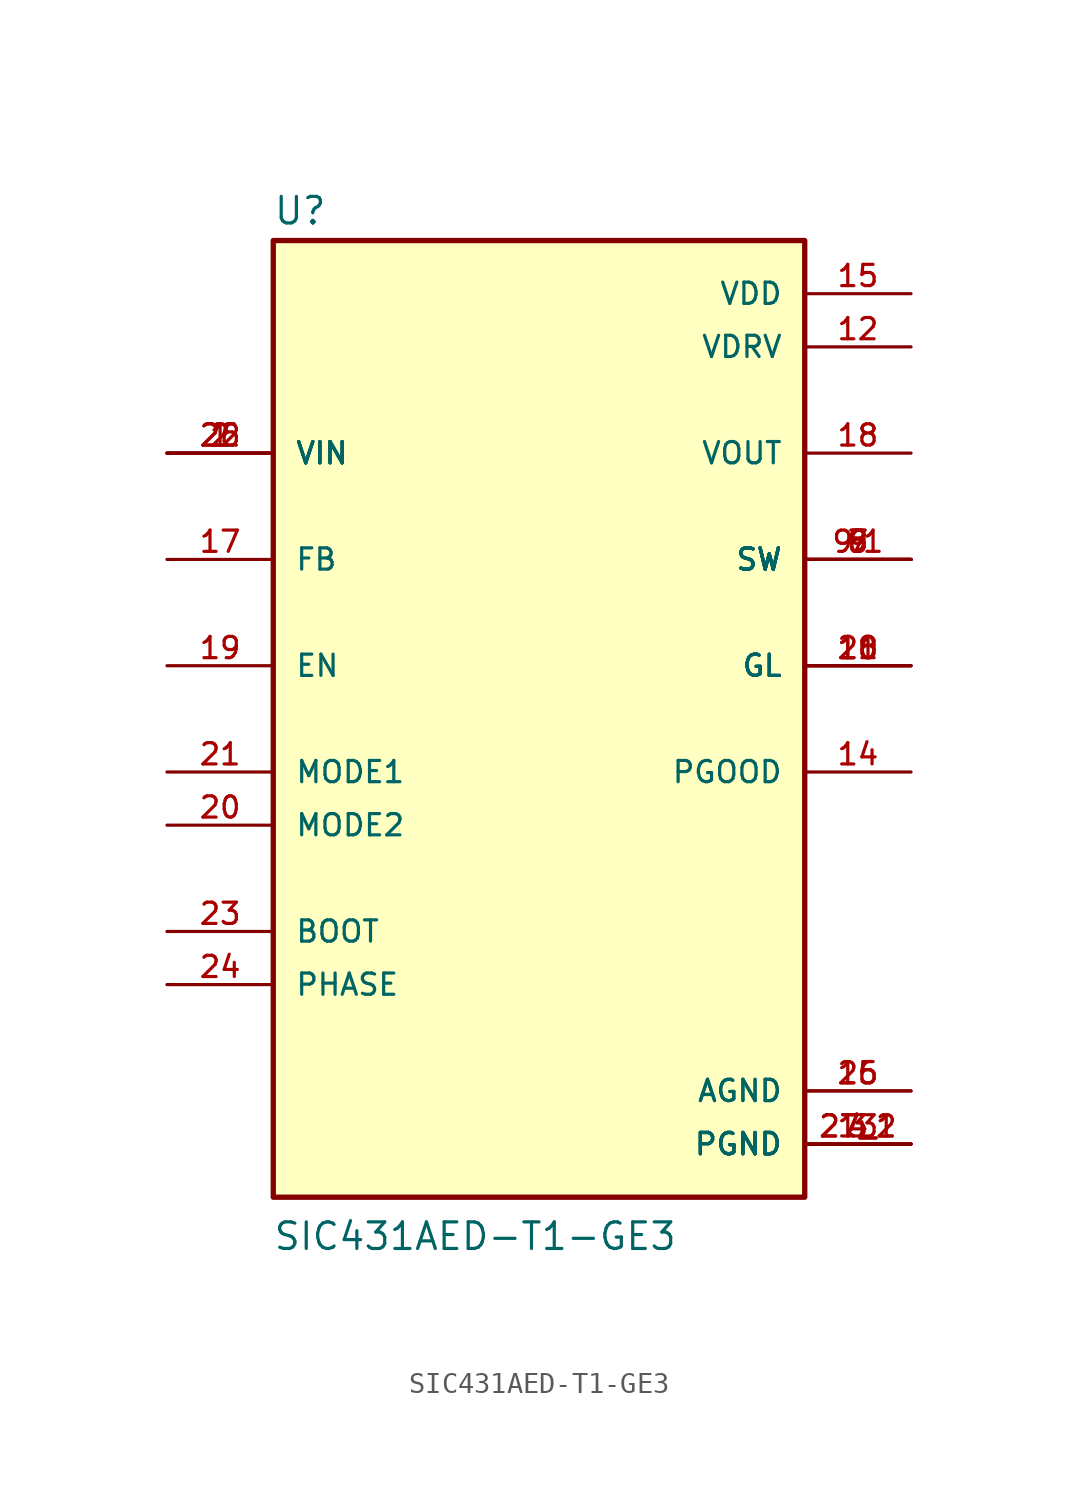
<source format=kicad_sym>
(kicad_symbol_lib
  (version 20211014)
  (generator kicad_symbol_editor)
  (symbol "SIC431AED-T1-GE3"
    (pin_names
      (offset 1.016))
    (property "Reference" "U"
      (at -12.723 23.538 0)
      (effects (font (size 1.27 1.27)) (justify bottom left)))
    (property "Value" "SIC431AED-T1-GE3"
      (at -12.736 -25.473 0)
      (effects (font (size 1.27 1.27)) (justify bottom left)))
    (symbol "SIC431AED-T1-GE3_0_0"
      (rectangle (start -12.7 -22.86) (end 12.7 22.86) (stroke (width 0.254)) (fill (type background)))
      (pin input line (at -17.78 12.7 0) (length 5.08) (name "VIN" (effects (font (size 1.016 1.016)))) (number "1" (effects (font (size 1.016 1.016)))))
      (pin input line (at -17.78 12.7 0) (length 5.08) (name "VIN" (effects (font (size 1.016 1.016)))) (number "2" (effects (font (size 1.016 1.016)))))
      (pin input line (at -17.78 12.7 0) (length 5.08) (name "VIN" (effects (font (size 1.016 1.016)))) (number "22" (effects (font (size 1.016 1.016)))))
      (pin input line (at -17.78 12.7 0) (length 5.08) (name "VIN" (effects (font (size 1.016 1.016)))) (number "26" (effects (font (size 1.016 1.016)))))
      (pin power_in line (at 17.78 -20.32 180.0) (length 5.08) (name "PGND" (effects (font (size 1.016 1.016)))) (number "3" (effects (font (size 1.016 1.016)))))
      (pin power_in line (at 17.78 -20.32 180.0) (length 5.08) (name "PGND" (effects (font (size 1.016 1.016)))) (number "4" (effects (font (size 1.016 1.016)))))
      (pin power_in line (at 17.78 -20.32 180.0) (length 5.08) (name "PGND" (effects (font (size 1.016 1.016)))) (number "13" (effects (font (size 1.016 1.016)))))
      (pin power_in line (at 17.78 -20.32 180.0) (length 5.08) (name "PGND" (effects (font (size 1.016 1.016)))) (number "27_1" (effects (font (size 1.016 1.016)))))
      (pin power_in line (at 17.78 -20.32 180.0) (length 5.08) (name "PGND" (effects (font (size 1.016 1.016)))) (number "27_2" (effects (font (size 1.016 1.016)))))
      (pin output line (at 17.78 7.62 180.0) (length 5.08) (name "SW" (effects (font (size 1.016 1.016)))) (number "5" (effects (font (size 1.016 1.016)))))
      (pin output line (at 17.78 7.62 180.0) (length 5.08) (name "SW" (effects (font (size 1.016 1.016)))) (number "6" (effects (font (size 1.016 1.016)))))
      (pin output line (at 17.78 7.62 180.0) (length 5.08) (name "SW" (effects (font (size 1.016 1.016)))) (number "7" (effects (font (size 1.016 1.016)))))
      (pin output line (at 17.78 7.62 180.0) (length 5.08) (name "SW" (effects (font (size 1.016 1.016)))) (number "8" (effects (font (size 1.016 1.016)))))
      (pin output line (at 17.78 7.62 180.0) (length 5.08) (name "SW" (effects (font (size 1.016 1.016)))) (number "9" (effects (font (size 1.016 1.016)))))
      (pin output line (at 17.78 7.62 180.0) (length 5.08) (name "SW" (effects (font (size 1.016 1.016)))) (number "9.1" (effects (font (size 1.016 1.016)))))
      (pin output line (at 17.78 2.54 180.0) (length 5.08) (name "GL" (effects (font (size 1.016 1.016)))) (number "10" (effects (font (size 1.016 1.016)))))
      (pin output line (at 17.78 2.54 180.0) (length 5.08) (name "GL" (effects (font (size 1.016 1.016)))) (number "11" (effects (font (size 1.016 1.016)))))
      (pin output line (at 17.78 2.54 180.0) (length 5.08) (name "GL" (effects (font (size 1.016 1.016)))) (number "28" (effects (font (size 1.016 1.016)))))
      (pin power_in line (at 17.78 17.78 180.0) (length 5.08) (name "VDRV" (effects (font (size 1.016 1.016)))) (number "12" (effects (font (size 1.016 1.016)))))
      (pin output line (at 17.78 -2.54 180.0) (length 5.08) (name "PGOOD" (effects (font (size 1.016 1.016)))) (number "14" (effects (font (size 1.016 1.016)))))
      (pin power_in line (at 17.78 20.32 180.0) (length 5.08) (name "VDD" (effects (font (size 1.016 1.016)))) (number "15" (effects (font (size 1.016 1.016)))))
      (pin power_in line (at 17.78 -17.78 180.0) (length 5.08) (name "AGND" (effects (font (size 1.016 1.016)))) (number "16" (effects (font (size 1.016 1.016)))))
      (pin power_in line (at 17.78 -17.78 180.0) (length 5.08) (name "AGND" (effects (font (size 1.016 1.016)))) (number "25" (effects (font (size 1.016 1.016)))))
      (pin input line (at -17.78 7.62 0) (length 5.08) (name "FB" (effects (font (size 1.016 1.016)))) (number "17" (effects (font (size 1.016 1.016)))))
      (pin output line (at 17.78 12.7 180.0) (length 5.08) (name "VOUT" (effects (font (size 1.016 1.016)))) (number "18" (effects (font (size 1.016 1.016)))))
      (pin input line (at -17.78 2.54 0) (length 5.08) (name "EN" (effects (font (size 1.016 1.016)))) (number "19" (effects (font (size 1.016 1.016)))))
      (pin input line (at -17.78 -5.08 0) (length 5.08) (name "MODE2" (effects (font (size 1.016 1.016)))) (number "20" (effects (font (size 1.016 1.016)))))
      (pin input line (at -17.78 -2.54 0) (length 5.08) (name "MODE1" (effects (font (size 1.016 1.016)))) (number "21" (effects (font (size 1.016 1.016)))))
      (pin passive line (at -17.78 -10.16 0) (length 5.08) (name "BOOT" (effects (font (size 1.016 1.016)))) (number "23" (effects (font (size 1.016 1.016)))))
      (pin passive line (at -17.78 -12.7 0) (length 5.08) (name "PHASE" (effects (font (size 1.016 1.016)))) (number "24" (effects (font (size 1.016 1.016))))))))
</source>
